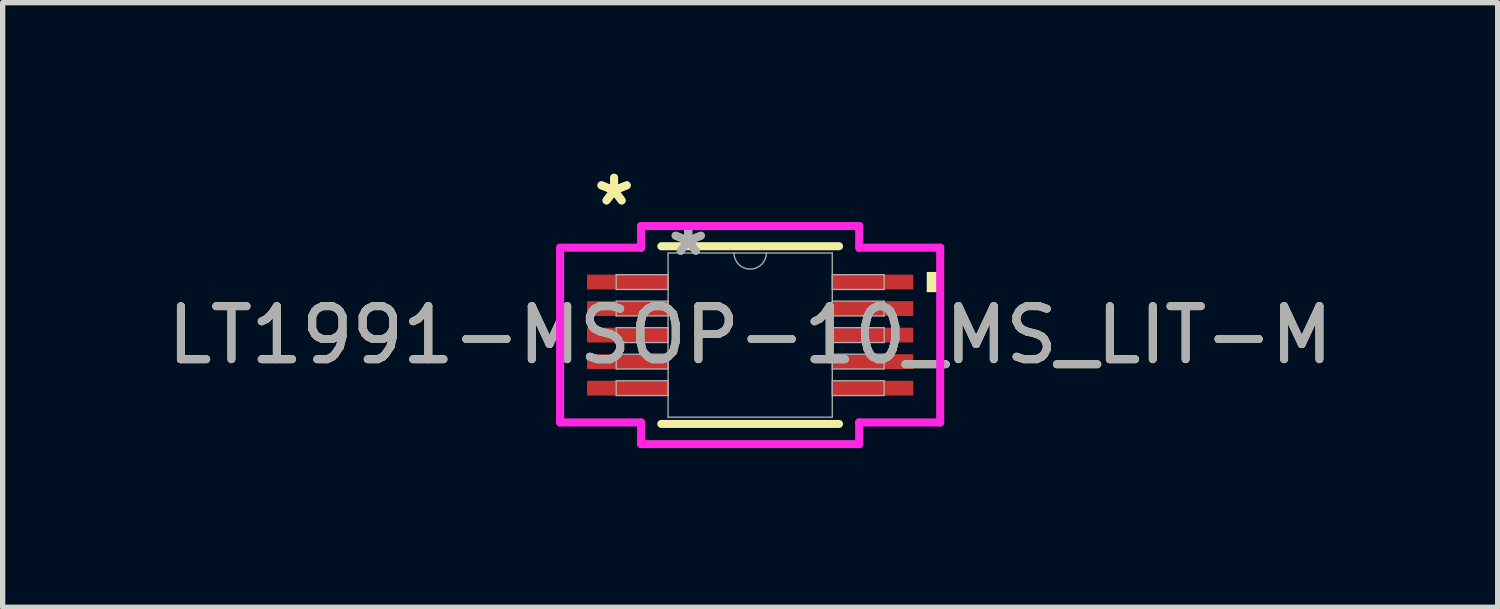
<source format=kicad_pcb>
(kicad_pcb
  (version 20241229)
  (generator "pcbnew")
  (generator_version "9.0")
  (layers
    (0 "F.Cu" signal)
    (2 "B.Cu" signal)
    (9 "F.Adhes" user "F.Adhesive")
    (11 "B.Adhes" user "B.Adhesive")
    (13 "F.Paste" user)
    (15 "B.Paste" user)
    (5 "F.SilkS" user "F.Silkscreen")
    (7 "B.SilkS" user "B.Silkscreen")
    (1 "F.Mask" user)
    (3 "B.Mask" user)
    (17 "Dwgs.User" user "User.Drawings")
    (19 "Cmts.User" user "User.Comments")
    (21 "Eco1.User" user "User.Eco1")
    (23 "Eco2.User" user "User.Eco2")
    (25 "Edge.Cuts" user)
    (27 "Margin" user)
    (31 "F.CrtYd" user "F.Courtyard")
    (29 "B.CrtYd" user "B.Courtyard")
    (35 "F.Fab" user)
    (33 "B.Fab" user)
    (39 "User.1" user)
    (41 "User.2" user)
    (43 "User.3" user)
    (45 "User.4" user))
  (footprint "LT1991-MSOP-10_MS_LIT-M"
    (layer "F.Cu")
    (at 11.101 3.271)
    (property "Reference" "LT1991-MSOP-10_MS_LIT-M" (at 0 0 0) (unlocked yes) (layer "F.SilkS") (effects (font (size 1 1) (thickness 0.15))))
    (attr smd)
    (fp_line (start -1.676 1.676) (end 1.676 1.676) (stroke (width 0.152) (type solid)) (layer "F.SilkS"))
    (fp_line (start 1.676 -1.676) (end -1.676 -1.676) (stroke (width 0.152) (type solid)) (layer "F.SilkS"))
    (fp_poly (pts (xy 3.585 -1.191) (xy 3.585 -0.81) (xy 3.331 -0.81) (xy 3.331 -1.191)) (stroke (width 0) (type solid)) (fill yes) (layer "F.SilkS"))
    (fp_line (start -3.585 -1.648) (end -2.057 -1.648) (stroke (width 0.152) (type solid)) (layer "F.CrtYd"))
    (fp_line (start -3.585 1.648) (end -3.585 -1.648) (stroke (width 0.152) (type solid)) (layer "F.CrtYd"))
    (fp_line (start -3.585 1.648) (end -2.057 1.648) (stroke (width 0.152) (type solid)) (layer "F.CrtYd"))
    (fp_line (start -2.057 -2.057) (end 2.057 -2.057) (stroke (width 0.152) (type solid)) (layer "F.CrtYd"))
    (fp_line (start -2.057 -1.648) (end -2.057 -2.057) (stroke (width 0.152) (type solid)) (layer "F.CrtYd"))
    (fp_line (start -2.057 2.057) (end -2.057 1.648) (stroke (width 0.152) (type solid)) (layer "F.CrtYd"))
    (fp_line (start 2.057 -2.057) (end 2.057 -1.648) (stroke (width 0.152) (type solid)) (layer "F.CrtYd"))
    (fp_line (start 2.057 1.648) (end 2.057 2.057) (stroke (width 0.152) (type solid)) (layer "F.CrtYd"))
    (fp_line (start 2.057 2.057) (end -2.057 2.057) (stroke (width 0.152) (type solid)) (layer "F.CrtYd"))
    (fp_line (start 3.585 -1.648) (end 2.057 -1.648) (stroke (width 0.152) (type solid)) (layer "F.CrtYd"))
    (fp_line (start 3.585 -1.648) (end 3.585 1.648) (stroke (width 0.152) (type solid)) (layer "F.CrtYd"))
    (fp_line (start 3.585 1.648) (end 2.057 1.648) (stroke (width 0.152) (type solid)) (layer "F.CrtYd"))
    (fp_line (start -2.527 -1.14) (end -2.527 -0.861) (stroke (width 0.025) (type solid)) (layer "F.Fab"))
    (fp_line (start -2.527 -0.861) (end -1.549 -0.861) (stroke (width 0.025) (type solid)) (layer "F.Fab"))
    (fp_line (start -2.527 -0.64) (end -2.527 -0.361) (stroke (width 0.025) (type solid)) (layer "F.Fab"))
    (fp_line (start -2.527 -0.361) (end -1.549 -0.361) (stroke (width 0.025) (type solid)) (layer "F.Fab"))
    (fp_line (start -2.527 -0.14) (end -2.527 0.14) (stroke (width 0.025) (type solid)) (layer "F.Fab"))
    (fp_line (start -2.527 0.14) (end -1.549 0.14) (stroke (width 0.025) (type solid)) (layer "F.Fab"))
    (fp_line (start -2.527 0.361) (end -2.527 0.64) (stroke (width 0.025) (type solid)) (layer "F.Fab"))
    (fp_line (start -2.527 0.64) (end -1.549 0.64) (stroke (width 0.025) (type solid)) (layer "F.Fab"))
    (fp_line (start -2.527 0.861) (end -2.527 1.14) (stroke (width 0.025) (type solid)) (layer "F.Fab"))
    (fp_line (start -2.527 1.14) (end -1.549 1.14) (stroke (width 0.025) (type solid)) (layer "F.Fab"))
    (fp_line (start -1.549 -1.549) (end -1.549 1.549) (stroke (width 0.025) (type solid)) (layer "F.Fab"))
    (fp_line (start -1.549 -1.14) (end -2.527 -1.14) (stroke (width 0.025) (type solid)) (layer "F.Fab"))
    (fp_line (start -1.549 -0.861) (end -1.549 -1.14) (stroke (width 0.025) (type solid)) (layer "F.Fab"))
    (fp_line (start -1.549 -0.64) (end -2.527 -0.64) (stroke (width 0.025) (type solid)) (layer "F.Fab"))
    (fp_line (start -1.549 -0.361) (end -1.549 -0.64) (stroke (width 0.025) (type solid)) (layer "F.Fab"))
    (fp_line (start -1.549 -0.14) (end -2.527 -0.14) (stroke (width 0.025) (type solid)) (layer "F.Fab"))
    (fp_line (start -1.549 0.14) (end -1.549 -0.14) (stroke (width 0.025) (type solid)) (layer "F.Fab"))
    (fp_line (start -1.549 0.361) (end -2.527 0.361) (stroke (width 0.025) (type solid)) (layer "F.Fab"))
    (fp_line (start -1.549 0.64) (end -1.549 0.361) (stroke (width 0.025) (type solid)) (layer "F.Fab"))
    (fp_line (start -1.549 0.861) (end -2.527 0.861) (stroke (width 0.025) (type solid)) (layer "F.Fab"))
    (fp_line (start -1.549 1.14) (end -1.549 0.861) (stroke (width 0.025) (type solid)) (layer "F.Fab"))
    (fp_line (start -1.549 1.549) (end 1.549 1.549) (stroke (width 0.025) (type solid)) (layer "F.Fab"))
    (fp_line (start 1.549 -1.549) (end -1.549 -1.549) (stroke (width 0.025) (type solid)) (layer "F.Fab"))
    (fp_line (start 1.549 -1.14) (end 1.549 -0.861) (stroke (width 0.025) (type solid)) (layer "F.Fab"))
    (fp_line (start 1.549 -0.861) (end 2.527 -0.861) (stroke (width 0.025) (type solid)) (layer "F.Fab"))
    (fp_line (start 1.549 -0.64) (end 1.549 -0.361) (stroke (width 0.025) (type solid)) (layer "F.Fab"))
    (fp_line (start 1.549 -0.361) (end 2.527 -0.361) (stroke (width 0.025) (type solid)) (layer "F.Fab"))
    (fp_line (start 1.549 -0.14) (end 1.549 0.14) (stroke (width 0.025) (type solid)) (layer "F.Fab"))
    (fp_line (start 1.549 0.14) (end 2.527 0.14) (stroke (width 0.025) (type solid)) (layer "F.Fab"))
    (fp_line (start 1.549 0.361) (end 1.549 0.64) (stroke (width 0.025) (type solid)) (layer "F.Fab"))
    (fp_line (start 1.549 0.64) (end 2.527 0.64) (stroke (width 0.025) (type solid)) (layer "F.Fab"))
    (fp_line (start 1.549 0.861) (end 1.549 1.14) (stroke (width 0.025) (type solid)) (layer "F.Fab"))
    (fp_line (start 1.549 1.14) (end 2.527 1.14) (stroke (width 0.025) (type solid)) (layer "F.Fab"))
    (fp_line (start 1.549 1.549) (end 1.549 -1.549) (stroke (width 0.025) (type solid)) (layer "F.Fab"))
    (fp_line (start 2.527 -1.14) (end 1.549 -1.14) (stroke (width 0.025) (type solid)) (layer "F.Fab"))
    (fp_line (start 2.527 -0.861) (end 2.527 -1.14) (stroke (width 0.025) (type solid)) (layer "F.Fab"))
    (fp_line (start 2.527 -0.64) (end 1.549 -0.64) (stroke (width 0.025) (type solid)) (layer "F.Fab"))
    (fp_line (start 2.527 -0.361) (end 2.527 -0.64) (stroke (width 0.025) (type solid)) (layer "F.Fab"))
    (fp_line (start 2.527 -0.14) (end 1.549 -0.14) (stroke (width 0.025) (type solid)) (layer "F.Fab"))
    (fp_line (start 2.527 0.14) (end 2.527 -0.14) (stroke (width 0.025) (type solid)) (layer "F.Fab"))
    (fp_line (start 2.527 0.361) (end 1.549 0.361) (stroke (width 0.025) (type solid)) (layer "F.Fab"))
    (fp_line (start 2.527 0.64) (end 2.527 0.361) (stroke (width 0.025) (type solid)) (layer "F.Fab"))
    (fp_line (start 2.527 0.861) (end 1.549 0.861) (stroke (width 0.025) (type solid)) (layer "F.Fab"))
    (fp_line (start 2.527 1.14) (end 2.527 0.861) (stroke (width 0.025) (type solid)) (layer "F.Fab"))
    (fp_arc (start 0.3048 -1.5494) (mid 0 -1.2446) (end -0.3048 -1.5494) (stroke (width 0.0254) (type solid)) (layer "F.Fab"))
    (fp_text user "*" (at -2.567 -2.423 0) (layer "F.SilkS") (effects (font (size 1 1) (thickness 0.15))))
    (fp_text user "*" (at -2.567 -2.423 0) (unlocked yes) (layer "F.SilkS") (effects (font (size 1 1) (thickness 0.15))))
    (fp_text user "*" (at -1.168 -1.473 0) (unlocked yes) (layer "F.Fab") (effects (font (size 1 1) (thickness 0.15))))
    (fp_text user "*" (at -1.168 -1.473 0) (layer "F.Fab") (effects (font (size 1 1) (thickness 0.15))))
    (fp_text user "${REFERENCE}" (at 0 0 0) (unlocked yes) (layer "F.Fab") (effects (font (size 1 1) (thickness 0.15))))
    (pad "1" smd rect (at -2.313 -1.001) (size 1.528 0.279) (layers "F.Cu" "F.Mask" "F.Paste"))
    (pad "2" smd rect (at -2.313 -0.5) (size 1.528 0.279) (layers "F.Cu" "F.Mask" "F.Paste"))
    (pad "3" smd rect (at -2.313 0) (size 1.528 0.279) (layers "F.Cu" "F.Mask" "F.Paste"))
    (pad "4" smd rect (at -2.313 0.5) (size 1.528 0.279) (layers "F.Cu" "F.Mask" "F.Paste"))
    (pad "5" smd rect (at -2.313 1.001) (size 1.528 0.279) (layers "F.Cu" "F.Mask" "F.Paste"))
    (pad "6" smd rect (at 2.313 1.001) (size 1.528 0.279) (layers "F.Cu" "F.Mask" "F.Paste"))
    (pad "7" smd rect (at 2.313 0.5) (size 1.528 0.279) (layers "F.Cu" "F.Mask" "F.Paste"))
    (pad "8" smd rect (at 2.313 0) (size 1.528 0.279) (layers "F.Cu" "F.Mask" "F.Paste"))
    (pad "9" smd rect (at 2.313 -0.5) (size 1.528 0.279) (layers "F.Cu" "F.Mask" "F.Paste"))
    (pad "10" smd rect (at 2.313 -1.001) (size 1.528 0.279) (layers "F.Cu" "F.Mask" "F.Paste")))
  (gr_rect
    (start -3 -3)
    (end 25.202 8.405)
    (stroke (width 0.1) (type default))
    (fill no)
    (layer "Edge.Cuts")))
</source>
